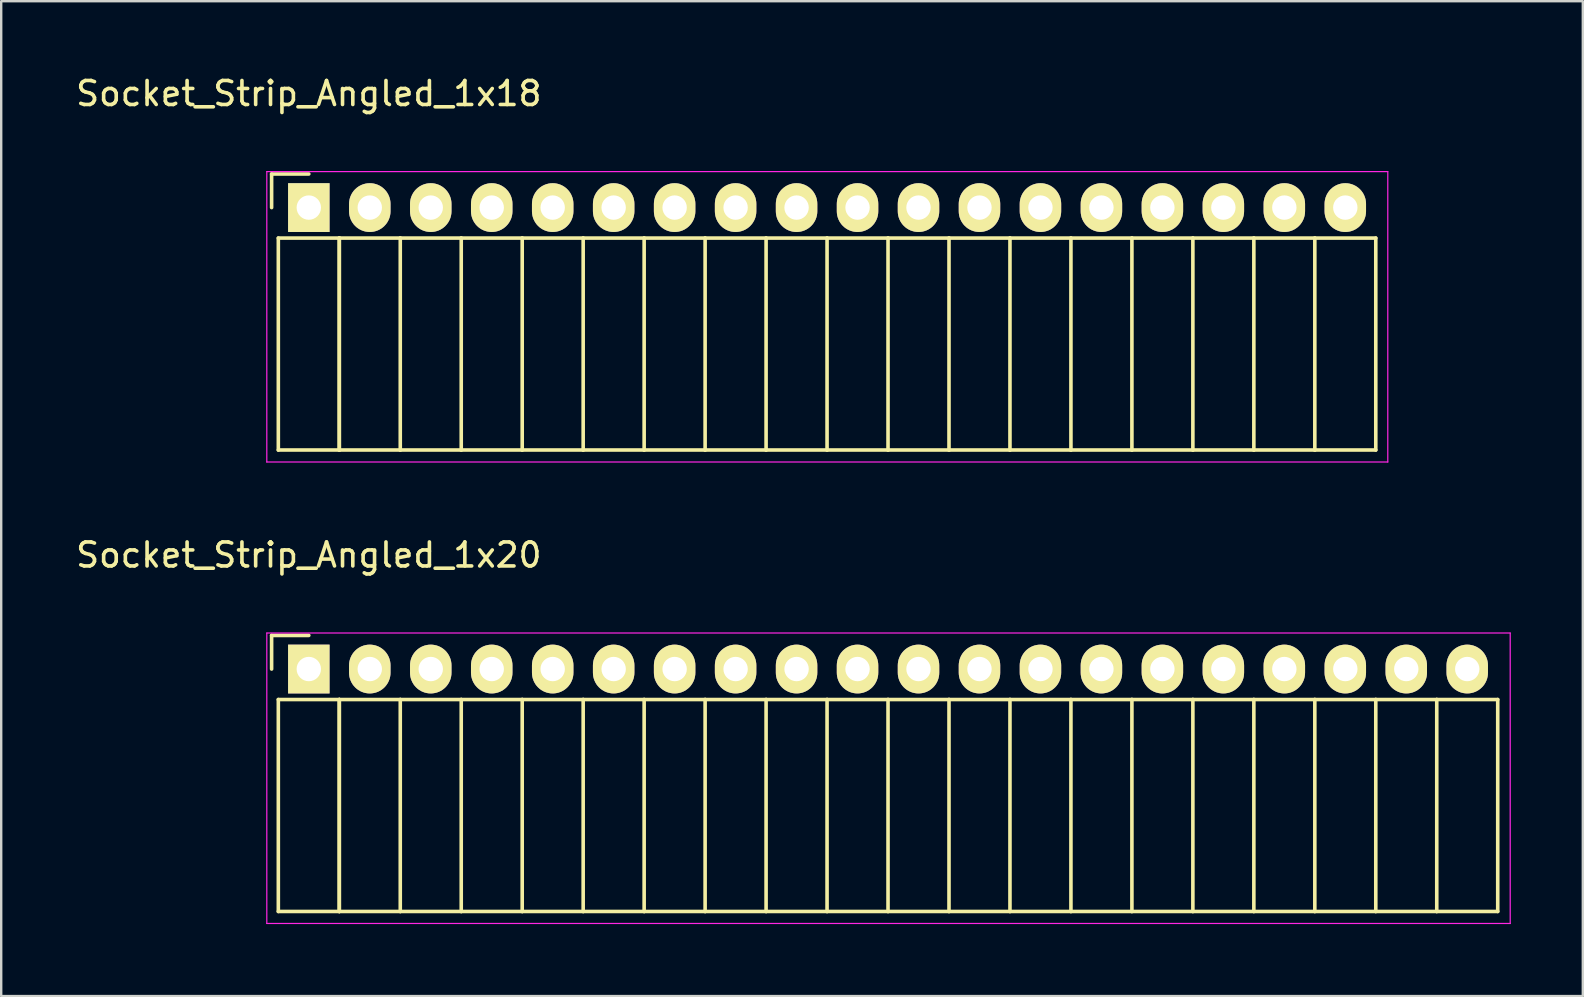
<source format=kicad_pcb>
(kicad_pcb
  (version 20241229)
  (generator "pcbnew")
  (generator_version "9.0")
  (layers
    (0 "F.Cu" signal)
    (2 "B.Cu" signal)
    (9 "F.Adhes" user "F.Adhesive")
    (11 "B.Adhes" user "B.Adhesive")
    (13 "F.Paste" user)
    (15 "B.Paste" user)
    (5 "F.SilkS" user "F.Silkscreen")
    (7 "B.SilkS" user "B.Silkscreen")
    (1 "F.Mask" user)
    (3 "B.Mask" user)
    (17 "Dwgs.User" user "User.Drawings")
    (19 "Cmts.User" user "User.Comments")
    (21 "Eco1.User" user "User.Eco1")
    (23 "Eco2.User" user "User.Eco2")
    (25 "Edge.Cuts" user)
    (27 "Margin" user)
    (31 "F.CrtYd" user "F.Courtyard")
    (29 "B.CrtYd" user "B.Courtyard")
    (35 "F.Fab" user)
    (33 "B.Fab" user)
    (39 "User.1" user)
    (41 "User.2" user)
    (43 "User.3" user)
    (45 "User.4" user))
  (footprint "Socket_Strip_Angled_1x20"
    (layer "F.Cu")
    (at 9.815 24.822)
    (property "Reference" "Socket_Strip_Angled_1x20" (at 0 -4.75 0) (layer "F.SilkS") (effects (font (size 1 1) (thickness 0.15))))
    (attr through_hole)
    (fp_line (start -1.55 -1.4) (end -1.55 0) (stroke (width 0.15) (type solid)) (layer "F.SilkS"))
    (fp_line (start -1.27 1.27) (end -1.27 10.1) (stroke (width 0.15) (type solid)) (layer "F.SilkS"))
    (fp_line (start -1.27 1.27) (end 1.27 1.27) (stroke (width 0.15) (type solid)) (layer "F.SilkS"))
    (fp_line (start -1.27 10.1) (end 1.27 10.1) (stroke (width 0.15) (type solid)) (layer "F.SilkS"))
    (fp_line (start 0 -1.4) (end -1.55 -1.4) (stroke (width 0.15) (type solid)) (layer "F.SilkS"))
    (fp_line (start 1.27 1.27) (end 1.27 10.1) (stroke (width 0.15) (type solid)) (layer "F.SilkS"))
    (fp_line (start 1.27 1.27) (end 3.81 1.27) (stroke (width 0.15) (type solid)) (layer "F.SilkS"))
    (fp_line (start 1.27 10.1) (end 1.27 1.27) (stroke (width 0.15) (type solid)) (layer "F.SilkS"))
    (fp_line (start 1.27 10.1) (end 3.81 10.1) (stroke (width 0.15) (type solid)) (layer "F.SilkS"))
    (fp_line (start 3.81 1.27) (end 6.35 1.27) (stroke (width 0.15) (type solid)) (layer "F.SilkS"))
    (fp_line (start 3.81 10.1) (end 3.81 1.27) (stroke (width 0.15) (type solid)) (layer "F.SilkS"))
    (fp_line (start 3.81 10.1) (end 6.35 10.1) (stroke (width 0.15) (type solid)) (layer "F.SilkS"))
    (fp_line (start 6.35 1.27) (end 8.89 1.27) (stroke (width 0.15) (type solid)) (layer "F.SilkS"))
    (fp_line (start 6.35 10.1) (end 6.35 1.27) (stroke (width 0.15) (type solid)) (layer "F.SilkS"))
    (fp_line (start 6.35 10.1) (end 8.89 10.1) (stroke (width 0.15) (type solid)) (layer "F.SilkS"))
    (fp_line (start 8.89 1.27) (end 11.43 1.27) (stroke (width 0.15) (type solid)) (layer "F.SilkS"))
    (fp_line (start 8.89 10.1) (end 8.89 1.27) (stroke (width 0.15) (type solid)) (layer "F.SilkS"))
    (fp_line (start 8.89 10.1) (end 11.43 10.1) (stroke (width 0.15) (type solid)) (layer "F.SilkS"))
    (fp_line (start 11.43 1.27) (end 13.97 1.27) (stroke (width 0.15) (type solid)) (layer "F.SilkS"))
    (fp_line (start 11.43 10.1) (end 11.43 1.27) (stroke (width 0.15) (type solid)) (layer "F.SilkS"))
    (fp_line (start 11.43 10.1) (end 13.97 10.1) (stroke (width 0.15) (type solid)) (layer "F.SilkS"))
    (fp_line (start 13.97 1.27) (end 16.51 1.27) (stroke (width 0.15) (type solid)) (layer "F.SilkS"))
    (fp_line (start 13.97 10.1) (end 13.97 1.27) (stroke (width 0.15) (type solid)) (layer "F.SilkS"))
    (fp_line (start 13.97 10.1) (end 16.51 10.1) (stroke (width 0.15) (type solid)) (layer "F.SilkS"))
    (fp_line (start 16.51 1.27) (end 19.05 1.27) (stroke (width 0.15) (type solid)) (layer "F.SilkS"))
    (fp_line (start 16.51 10.1) (end 16.51 1.27) (stroke (width 0.15) (type solid)) (layer "F.SilkS"))
    (fp_line (start 16.51 10.1) (end 19.05 10.1) (stroke (width 0.15) (type solid)) (layer "F.SilkS"))
    (fp_line (start 19.05 1.27) (end 21.59 1.27) (stroke (width 0.15) (type solid)) (layer "F.SilkS"))
    (fp_line (start 19.05 10.1) (end 19.05 1.27) (stroke (width 0.15) (type solid)) (layer "F.SilkS"))
    (fp_line (start 19.05 10.1) (end 21.59 10.1) (stroke (width 0.15) (type solid)) (layer "F.SilkS"))
    (fp_line (start 21.59 1.27) (end 24.13 1.27) (stroke (width 0.15) (type solid)) (layer "F.SilkS"))
    (fp_line (start 21.59 10.1) (end 21.59 1.27) (stroke (width 0.15) (type solid)) (layer "F.SilkS"))
    (fp_line (start 21.59 10.1) (end 24.13 10.1) (stroke (width 0.15) (type solid)) (layer "F.SilkS"))
    (fp_line (start 24.13 1.27) (end 26.67 1.27) (stroke (width 0.15) (type solid)) (layer "F.SilkS"))
    (fp_line (start 24.13 10.1) (end 24.13 1.27) (stroke (width 0.15) (type solid)) (layer "F.SilkS"))
    (fp_line (start 24.13 10.1) (end 26.67 10.1) (stroke (width 0.15) (type solid)) (layer "F.SilkS"))
    (fp_line (start 26.67 1.27) (end 29.21 1.27) (stroke (width 0.15) (type solid)) (layer "F.SilkS"))
    (fp_line (start 26.67 10.1) (end 26.67 1.27) (stroke (width 0.15) (type solid)) (layer "F.SilkS"))
    (fp_line (start 26.67 10.1) (end 29.21 10.1) (stroke (width 0.15) (type solid)) (layer "F.SilkS"))
    (fp_line (start 29.21 1.27) (end 31.75 1.27) (stroke (width 0.15) (type solid)) (layer "F.SilkS"))
    (fp_line (start 29.21 10.1) (end 29.21 1.27) (stroke (width 0.15) (type solid)) (layer "F.SilkS"))
    (fp_line (start 29.21 10.1) (end 31.75 10.1) (stroke (width 0.15) (type solid)) (layer "F.SilkS"))
    (fp_line (start 31.75 1.27) (end 34.29 1.27) (stroke (width 0.15) (type solid)) (layer "F.SilkS"))
    (fp_line (start 31.75 10.1) (end 31.75 1.27) (stroke (width 0.15) (type solid)) (layer "F.SilkS"))
    (fp_line (start 31.75 10.1) (end 34.29 10.1) (stroke (width 0.15) (type solid)) (layer "F.SilkS"))
    (fp_line (start 34.29 1.27) (end 36.83 1.27) (stroke (width 0.15) (type solid)) (layer "F.SilkS"))
    (fp_line (start 34.29 10.1) (end 34.29 1.27) (stroke (width 0.15) (type solid)) (layer "F.SilkS"))
    (fp_line (start 34.29 10.1) (end 36.83 10.1) (stroke (width 0.15) (type solid)) (layer "F.SilkS"))
    (fp_line (start 36.83 1.27) (end 39.37 1.27) (stroke (width 0.15) (type solid)) (layer "F.SilkS"))
    (fp_line (start 36.83 10.1) (end 36.83 1.27) (stroke (width 0.15) (type solid)) (layer "F.SilkS"))
    (fp_line (start 36.83 10.1) (end 39.37 10.1) (stroke (width 0.15) (type solid)) (layer "F.SilkS"))
    (fp_line (start 39.37 1.27) (end 41.91 1.27) (stroke (width 0.15) (type solid)) (layer "F.SilkS"))
    (fp_line (start 39.37 10.1) (end 39.37 1.27) (stroke (width 0.15) (type solid)) (layer "F.SilkS"))
    (fp_line (start 39.37 10.1) (end 41.91 10.1) (stroke (width 0.15) (type solid)) (layer "F.SilkS"))
    (fp_line (start 41.91 1.27) (end 44.45 1.27) (stroke (width 0.15) (type solid)) (layer "F.SilkS"))
    (fp_line (start 41.91 10.1) (end 41.91 1.27) (stroke (width 0.15) (type solid)) (layer "F.SilkS"))
    (fp_line (start 41.91 10.1) (end 44.45 10.1) (stroke (width 0.15) (type solid)) (layer "F.SilkS"))
    (fp_line (start 44.45 1.27) (end 46.99 1.27) (stroke (width 0.15) (type solid)) (layer "F.SilkS"))
    (fp_line (start 44.45 10.1) (end 44.45 1.27) (stroke (width 0.15) (type solid)) (layer "F.SilkS"))
    (fp_line (start 44.45 10.1) (end 46.99 10.1) (stroke (width 0.15) (type solid)) (layer "F.SilkS"))
    (fp_line (start 46.99 1.27) (end 49.53 1.27) (stroke (width 0.15) (type solid)) (layer "F.SilkS"))
    (fp_line (start 46.99 10.1) (end 46.99 1.27) (stroke (width 0.15) (type solid)) (layer "F.SilkS"))
    (fp_line (start 46.99 10.1) (end 49.53 10.1) (stroke (width 0.15) (type solid)) (layer "F.SilkS"))
    (fp_line (start 49.53 10.1) (end 49.53 1.27) (stroke (width 0.15) (type solid)) (layer "F.SilkS"))
    (fp_line (start -1.75 -1.5) (end -1.75 10.6) (stroke (width 0.05) (type solid)) (layer "F.CrtYd"))
    (fp_line (start -1.75 -1.5) (end 50.05 -1.5) (stroke (width 0.05) (type solid)) (layer "F.CrtYd"))
    (fp_line (start -1.75 10.6) (end 50.05 10.6) (stroke (width 0.05) (type solid)) (layer "F.CrtYd"))
    (fp_line (start 50.05 -1.5) (end 50.05 10.6) (stroke (width 0.05) (type solid)) (layer "F.CrtYd"))
    (pad "1" thru_hole rect (at 0 0) (size 1.727 2.032) (drill 1.016) (layers "*.Cu" "*.Mask" "F.SilkS"))
    (pad "2" thru_hole oval (at 2.54 0) (size 1.727 2.032) (drill 1.016) (layers "*.Cu" "*.Mask" "F.SilkS"))
    (pad "3" thru_hole oval (at 5.08 0) (size 1.727 2.032) (drill 1.016) (layers "*.Cu" "*.Mask" "F.SilkS"))
    (pad "4" thru_hole oval (at 7.62 0) (size 1.727 2.032) (drill 1.016) (layers "*.Cu" "*.Mask" "F.SilkS"))
    (pad "5" thru_hole oval (at 10.16 0) (size 1.727 2.032) (drill 1.016) (layers "*.Cu" "*.Mask" "F.SilkS"))
    (pad "6" thru_hole oval (at 12.7 0) (size 1.727 2.032) (drill 1.016) (layers "*.Cu" "*.Mask" "F.SilkS"))
    (pad "7" thru_hole oval (at 15.24 0) (size 1.727 2.032) (drill 1.016) (layers "*.Cu" "*.Mask" "F.SilkS"))
    (pad "8" thru_hole oval (at 17.78 0) (size 1.727 2.032) (drill 1.016) (layers "*.Cu" "*.Mask" "F.SilkS"))
    (pad "9" thru_hole oval (at 20.32 0) (size 1.727 2.032) (drill 1.016) (layers "*.Cu" "*.Mask" "F.SilkS"))
    (pad "10" thru_hole oval (at 22.86 0) (size 1.727 2.032) (drill 1.016) (layers "*.Cu" "*.Mask" "F.SilkS"))
    (pad "11" thru_hole oval (at 25.4 0) (size 1.727 2.032) (drill 1.016) (layers "*.Cu" "*.Mask" "F.SilkS"))
    (pad "12" thru_hole oval (at 27.94 0) (size 1.727 2.032) (drill 1.016) (layers "*.Cu" "*.Mask" "F.SilkS"))
    (pad "13" thru_hole oval (at 30.48 0) (size 1.727 2.032) (drill 1.016) (layers "*.Cu" "*.Mask" "F.SilkS"))
    (pad "14" thru_hole oval (at 33.02 0) (size 1.727 2.032) (drill 1.016) (layers "*.Cu" "*.Mask" "F.SilkS"))
    (pad "15" thru_hole oval (at 35.56 0) (size 1.727 2.032) (drill 1.016) (layers "*.Cu" "*.Mask" "F.SilkS"))
    (pad "16" thru_hole oval (at 38.1 0) (size 1.727 2.032) (drill 1.016) (layers "*.Cu" "*.Mask" "F.SilkS"))
    (pad "17" thru_hole oval (at 40.64 0) (size 1.727 2.032) (drill 1.016) (layers "*.Cu" "*.Mask" "F.SilkS"))
    (pad "18" thru_hole oval (at 43.18 0) (size 1.727 2.032) (drill 1.016) (layers "*.Cu" "*.Mask" "F.SilkS"))
    (pad "19" thru_hole oval (at 45.72 0) (size 1.727 2.032) (drill 1.016) (layers "*.Cu" "*.Mask" "F.SilkS"))
    (pad "20" thru_hole oval (at 48.26 0) (size 1.727 2.032) (drill 1.016) (layers "*.Cu" "*.Mask" "F.SilkS")))
  (footprint "Socket_Strip_Angled_1x18"
    (layer "F.Cu")
    (at 9.815 5.598)
    (property "Reference" "Socket_Strip_Angled_1x18" (at 0 -4.75 0) (layer "F.SilkS") (effects (font (size 1 1) (thickness 0.15))))
    (attr through_hole)
    (fp_line (start -1.55 -1.4) (end -1.55 0) (stroke (width 0.15) (type solid)) (layer "F.SilkS"))
    (fp_line (start -1.27 1.27) (end -1.27 10.1) (stroke (width 0.15) (type solid)) (layer "F.SilkS"))
    (fp_line (start -1.27 1.27) (end 1.27 1.27) (stroke (width 0.15) (type solid)) (layer "F.SilkS"))
    (fp_line (start -1.27 10.1) (end 1.27 10.1) (stroke (width 0.15) (type solid)) (layer "F.SilkS"))
    (fp_line (start 0 -1.4) (end -1.55 -1.4) (stroke (width 0.15) (type solid)) (layer "F.SilkS"))
    (fp_line (start 1.27 1.27) (end 1.27 10.1) (stroke (width 0.15) (type solid)) (layer "F.SilkS"))
    (fp_line (start 1.27 1.27) (end 3.81 1.27) (stroke (width 0.15) (type solid)) (layer "F.SilkS"))
    (fp_line (start 1.27 10.1) (end 1.27 1.27) (stroke (width 0.15) (type solid)) (layer "F.SilkS"))
    (fp_line (start 1.27 10.1) (end 3.81 10.1) (stroke (width 0.15) (type solid)) (layer "F.SilkS"))
    (fp_line (start 3.81 1.27) (end 6.35 1.27) (stroke (width 0.15) (type solid)) (layer "F.SilkS"))
    (fp_line (start 3.81 10.1) (end 3.81 1.27) (stroke (width 0.15) (type solid)) (layer "F.SilkS"))
    (fp_line (start 3.81 10.1) (end 6.35 10.1) (stroke (width 0.15) (type solid)) (layer "F.SilkS"))
    (fp_line (start 6.35 1.27) (end 8.89 1.27) (stroke (width 0.15) (type solid)) (layer "F.SilkS"))
    (fp_line (start 6.35 10.1) (end 6.35 1.27) (stroke (width 0.15) (type solid)) (layer "F.SilkS"))
    (fp_line (start 6.35 10.1) (end 8.89 10.1) (stroke (width 0.15) (type solid)) (layer "F.SilkS"))
    (fp_line (start 8.89 1.27) (end 11.43 1.27) (stroke (width 0.15) (type solid)) (layer "F.SilkS"))
    (fp_line (start 8.89 10.1) (end 8.89 1.27) (stroke (width 0.15) (type solid)) (layer "F.SilkS"))
    (fp_line (start 8.89 10.1) (end 11.43 10.1) (stroke (width 0.15) (type solid)) (layer "F.SilkS"))
    (fp_line (start 11.43 1.27) (end 13.97 1.27) (stroke (width 0.15) (type solid)) (layer "F.SilkS"))
    (fp_line (start 11.43 10.1) (end 11.43 1.27) (stroke (width 0.15) (type solid)) (layer "F.SilkS"))
    (fp_line (start 11.43 10.1) (end 13.97 10.1) (stroke (width 0.15) (type solid)) (layer "F.SilkS"))
    (fp_line (start 13.97 1.27) (end 16.51 1.27) (stroke (width 0.15) (type solid)) (layer "F.SilkS"))
    (fp_line (start 13.97 10.1) (end 13.97 1.27) (stroke (width 0.15) (type solid)) (layer "F.SilkS"))
    (fp_line (start 13.97 10.1) (end 16.51 10.1) (stroke (width 0.15) (type solid)) (layer "F.SilkS"))
    (fp_line (start 16.51 1.27) (end 19.05 1.27) (stroke (width 0.15) (type solid)) (layer "F.SilkS"))
    (fp_line (start 16.51 10.1) (end 16.51 1.27) (stroke (width 0.15) (type solid)) (layer "F.SilkS"))
    (fp_line (start 16.51 10.1) (end 19.05 10.1) (stroke (width 0.15) (type solid)) (layer "F.SilkS"))
    (fp_line (start 19.05 1.27) (end 21.59 1.27) (stroke (width 0.15) (type solid)) (layer "F.SilkS"))
    (fp_line (start 19.05 10.1) (end 19.05 1.27) (stroke (width 0.15) (type solid)) (layer "F.SilkS"))
    (fp_line (start 19.05 10.1) (end 21.59 10.1) (stroke (width 0.15) (type solid)) (layer "F.SilkS"))
    (fp_line (start 21.59 1.27) (end 24.13 1.27) (stroke (width 0.15) (type solid)) (layer "F.SilkS"))
    (fp_line (start 21.59 10.1) (end 21.59 1.27) (stroke (width 0.15) (type solid)) (layer "F.SilkS"))
    (fp_line (start 21.59 10.1) (end 24.13 10.1) (stroke (width 0.15) (type solid)) (layer "F.SilkS"))
    (fp_line (start 24.13 1.27) (end 26.67 1.27) (stroke (width 0.15) (type solid)) (layer "F.SilkS"))
    (fp_line (start 24.13 10.1) (end 24.13 1.27) (stroke (width 0.15) (type solid)) (layer "F.SilkS"))
    (fp_line (start 24.13 10.1) (end 26.67 10.1) (stroke (width 0.15) (type solid)) (layer "F.SilkS"))
    (fp_line (start 26.67 1.27) (end 29.21 1.27) (stroke (width 0.15) (type solid)) (layer "F.SilkS"))
    (fp_line (start 26.67 10.1) (end 26.67 1.27) (stroke (width 0.15) (type solid)) (layer "F.SilkS"))
    (fp_line (start 26.67 10.1) (end 29.21 10.1) (stroke (width 0.15) (type solid)) (layer "F.SilkS"))
    (fp_line (start 29.21 1.27) (end 31.75 1.27) (stroke (width 0.15) (type solid)) (layer "F.SilkS"))
    (fp_line (start 29.21 10.1) (end 29.21 1.27) (stroke (width 0.15) (type solid)) (layer "F.SilkS"))
    (fp_line (start 29.21 10.1) (end 31.75 10.1) (stroke (width 0.15) (type solid)) (layer "F.SilkS"))
    (fp_line (start 31.75 1.27) (end 34.29 1.27) (stroke (width 0.15) (type solid)) (layer "F.SilkS"))
    (fp_line (start 31.75 10.1) (end 31.75 1.27) (stroke (width 0.15) (type solid)) (layer "F.SilkS"))
    (fp_line (start 31.75 10.1) (end 34.29 10.1) (stroke (width 0.15) (type solid)) (layer "F.SilkS"))
    (fp_line (start 34.29 1.27) (end 36.83 1.27) (stroke (width 0.15) (type solid)) (layer "F.SilkS"))
    (fp_line (start 34.29 10.1) (end 34.29 1.27) (stroke (width 0.15) (type solid)) (layer "F.SilkS"))
    (fp_line (start 34.29 10.1) (end 36.83 10.1) (stroke (width 0.15) (type solid)) (layer "F.SilkS"))
    (fp_line (start 36.83 1.27) (end 39.37 1.27) (stroke (width 0.15) (type solid)) (layer "F.SilkS"))
    (fp_line (start 36.83 10.1) (end 36.83 1.27) (stroke (width 0.15) (type solid)) (layer "F.SilkS"))
    (fp_line (start 36.83 10.1) (end 39.37 10.1) (stroke (width 0.15) (type solid)) (layer "F.SilkS"))
    (fp_line (start 39.37 1.27) (end 41.91 1.27) (stroke (width 0.15) (type solid)) (layer "F.SilkS"))
    (fp_line (start 39.37 10.1) (end 39.37 1.27) (stroke (width 0.15) (type solid)) (layer "F.SilkS"))
    (fp_line (start 39.37 10.1) (end 41.91 10.1) (stroke (width 0.15) (type solid)) (layer "F.SilkS"))
    (fp_line (start 41.91 1.27) (end 44.45 1.27) (stroke (width 0.15) (type solid)) (layer "F.SilkS"))
    (fp_line (start 41.91 10.1) (end 41.91 1.27) (stroke (width 0.15) (type solid)) (layer "F.SilkS"))
    (fp_line (start 41.91 10.1) (end 44.45 10.1) (stroke (width 0.15) (type solid)) (layer "F.SilkS"))
    (fp_line (start 44.45 10.1) (end 44.45 1.27) (stroke (width 0.15) (type solid)) (layer "F.SilkS"))
    (fp_line (start -1.75 -1.5) (end -1.75 10.6) (stroke (width 0.05) (type solid)) (layer "F.CrtYd"))
    (fp_line (start -1.75 -1.5) (end 44.95 -1.5) (stroke (width 0.05) (type solid)) (layer "F.CrtYd"))
    (fp_line (start -1.75 10.6) (end 44.95 10.6) (stroke (width 0.05) (type solid)) (layer "F.CrtYd"))
    (fp_line (start 44.95 -1.5) (end 44.95 10.6) (stroke (width 0.05) (type solid)) (layer "F.CrtYd"))
    (pad "1" thru_hole rect (at 0 0) (size 1.727 2.032) (drill 1.016) (layers "*.Cu" "*.Mask" "F.SilkS"))
    (pad "2" thru_hole oval (at 2.54 0) (size 1.727 2.032) (drill 1.016) (layers "*.Cu" "*.Mask" "F.SilkS"))
    (pad "3" thru_hole oval (at 5.08 0) (size 1.727 2.032) (drill 1.016) (layers "*.Cu" "*.Mask" "F.SilkS"))
    (pad "4" thru_hole oval (at 7.62 0) (size 1.727 2.032) (drill 1.016) (layers "*.Cu" "*.Mask" "F.SilkS"))
    (pad "5" thru_hole oval (at 10.16 0) (size 1.727 2.032) (drill 1.016) (layers "*.Cu" "*.Mask" "F.SilkS"))
    (pad "6" thru_hole oval (at 12.7 0) (size 1.727 2.032) (drill 1.016) (layers "*.Cu" "*.Mask" "F.SilkS"))
    (pad "7" thru_hole oval (at 15.24 0) (size 1.727 2.032) (drill 1.016) (layers "*.Cu" "*.Mask" "F.SilkS"))
    (pad "8" thru_hole oval (at 17.78 0) (size 1.727 2.032) (drill 1.016) (layers "*.Cu" "*.Mask" "F.SilkS"))
    (pad "9" thru_hole oval (at 20.32 0) (size 1.727 2.032) (drill 1.016) (layers "*.Cu" "*.Mask" "F.SilkS"))
    (pad "10" thru_hole oval (at 22.86 0) (size 1.727 2.032) (drill 1.016) (layers "*.Cu" "*.Mask" "F.SilkS"))
    (pad "11" thru_hole oval (at 25.4 0) (size 1.727 2.032) (drill 1.016) (layers "*.Cu" "*.Mask" "F.SilkS"))
    (pad "12" thru_hole oval (at 27.94 0) (size 1.727 2.032) (drill 1.016) (layers "*.Cu" "*.Mask" "F.SilkS"))
    (pad "13" thru_hole oval (at 30.48 0) (size 1.727 2.032) (drill 1.016) (layers "*.Cu" "*.Mask" "F.SilkS"))
    (pad "14" thru_hole oval (at 33.02 0) (size 1.727 2.032) (drill 1.016) (layers "*.Cu" "*.Mask" "F.SilkS"))
    (pad "15" thru_hole oval (at 35.56 0) (size 1.727 2.032) (drill 1.016) (layers "*.Cu" "*.Mask" "F.SilkS"))
    (pad "16" thru_hole oval (at 38.1 0) (size 1.727 2.032) (drill 1.016) (layers "*.Cu" "*.Mask" "F.SilkS"))
    (pad "17" thru_hole oval (at 40.64 0) (size 1.727 2.032) (drill 1.016) (layers "*.Cu" "*.Mask" "F.SilkS"))
    (pad "18" thru_hole oval (at 43.18 0) (size 1.727 2.032) (drill 1.016) (layers "*.Cu" "*.Mask" "F.SilkS")))
  (gr_rect
    (start -3 -3)
    (end 62.89 38.447)
    (stroke (width 0.1) (type default))
    (fill no)
    (layer "Edge.Cuts")))
</source>
